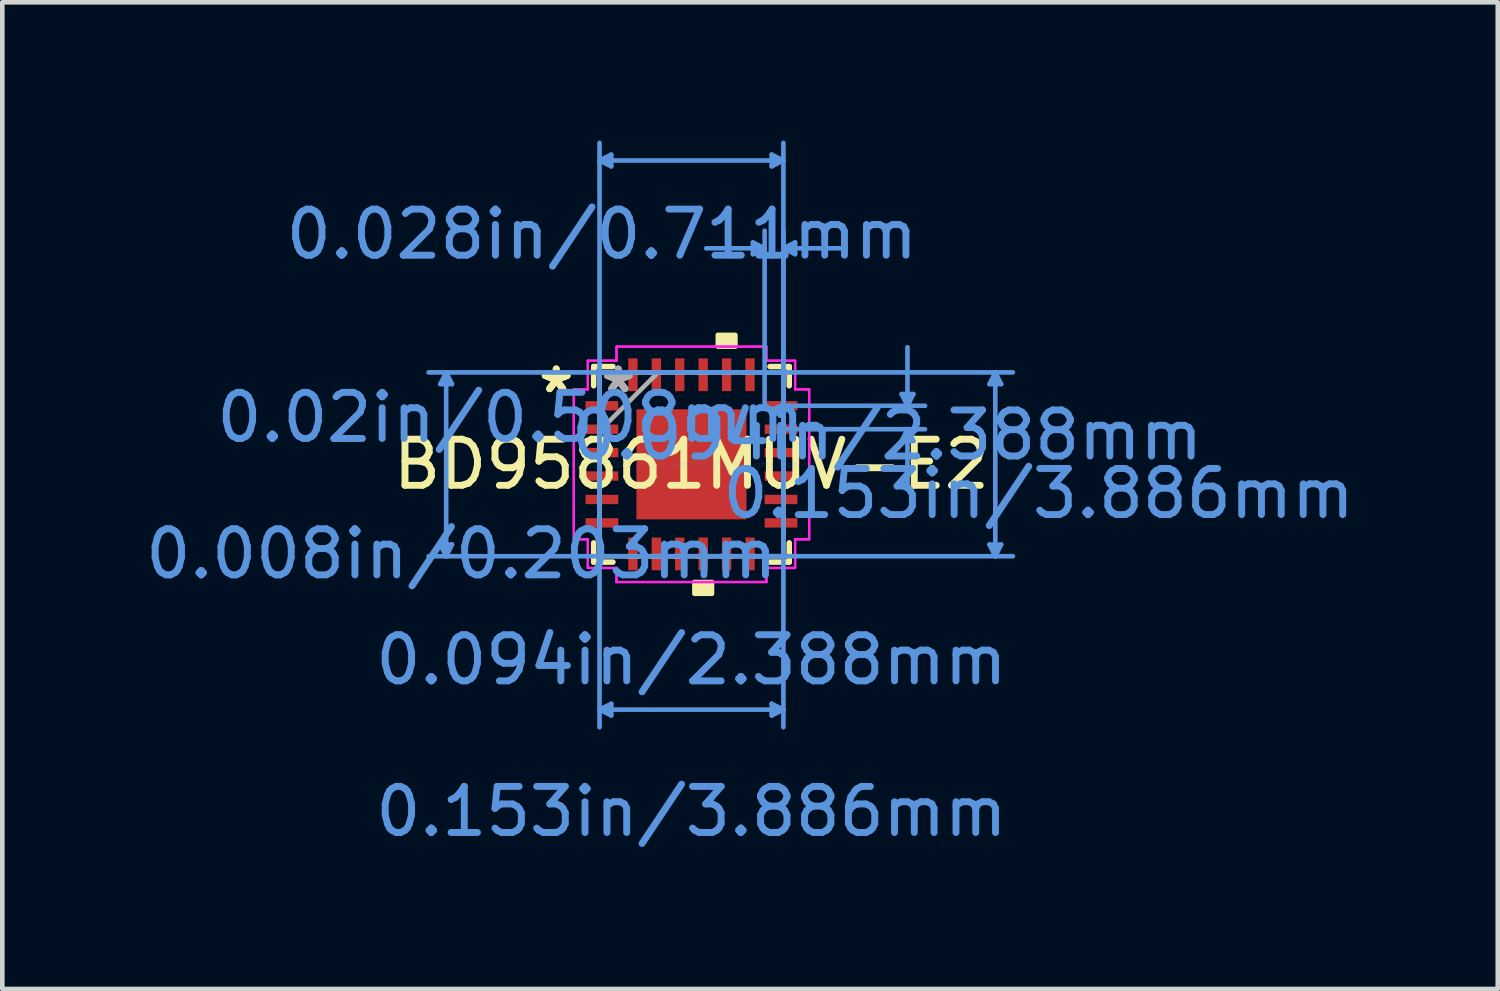
<source format=kicad_pcb>
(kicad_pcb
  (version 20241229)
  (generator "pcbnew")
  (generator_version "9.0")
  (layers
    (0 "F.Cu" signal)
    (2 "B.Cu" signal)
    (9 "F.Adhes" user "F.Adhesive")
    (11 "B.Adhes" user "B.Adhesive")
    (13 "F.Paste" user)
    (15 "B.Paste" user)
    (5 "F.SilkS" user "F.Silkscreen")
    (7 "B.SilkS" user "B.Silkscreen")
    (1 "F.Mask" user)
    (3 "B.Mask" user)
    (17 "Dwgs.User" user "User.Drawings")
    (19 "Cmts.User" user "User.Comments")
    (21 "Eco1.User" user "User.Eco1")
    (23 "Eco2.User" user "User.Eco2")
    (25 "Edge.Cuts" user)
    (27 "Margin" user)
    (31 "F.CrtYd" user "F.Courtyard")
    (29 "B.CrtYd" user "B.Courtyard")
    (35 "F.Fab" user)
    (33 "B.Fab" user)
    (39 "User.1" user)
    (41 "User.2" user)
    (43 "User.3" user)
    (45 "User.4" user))
  (footprint "BD95861MUV-E2"
    (layer "F.Cu")
    (at 11.949 7.022)
    (property "Reference" "BD95861MUV-E2" (at 0 0 0) (layer "F.SilkS") (effects (font (size 1 1) (thickness 0.15))))
    (attr through_hole)
    (fp_line (start -2.121 -2.121) (end -2.121 -1.704) (stroke (width 0.12) (type solid)) (layer "F.SilkS"))
    (fp_line (start -2.121 1.704) (end -2.121 2.121) (stroke (width 0.12) (type solid)) (layer "F.SilkS"))
    (fp_line (start -2.121 2.121) (end -1.704 2.121) (stroke (width 0.12) (type solid)) (layer "F.SilkS"))
    (fp_line (start -1.704 -2.121) (end -2.121 -2.121) (stroke (width 0.12) (type solid)) (layer "F.SilkS"))
    (fp_line (start 1.704 2.121) (end 2.121 2.121) (stroke (width 0.12) (type solid)) (layer "F.SilkS"))
    (fp_line (start 2.121 -2.121) (end 1.704 -2.121) (stroke (width 0.12) (type solid)) (layer "F.SilkS"))
    (fp_line (start 2.121 -1.704) (end 2.121 -2.121) (stroke (width 0.12) (type solid)) (layer "F.SilkS"))
    (fp_line (start 2.121 2.121) (end 2.121 1.704) (stroke (width 0.12) (type solid)) (layer "F.SilkS"))
    (fp_poly (pts (xy 0.064 2.553) (xy 0.064 2.807) (xy 0.445 2.807) (xy 0.445 2.553)) (stroke (width 0.1) (type solid)) (fill yes) (layer "F.SilkS"))
    (fp_poly (pts (xy 0.572 -2.553) (xy 0.572 -2.807) (xy 0.953 -2.807) (xy 0.953 -2.553)) (stroke (width 0.1) (type solid)) (fill yes) (layer "F.SilkS"))
    (fp_line (start -5.448 -1.74) (end -5.194 -1.74) (stroke (width 0.1) (type solid)) (layer "Cmts.User"))
    (fp_line (start -5.448 1.74) (end -5.194 1.74) (stroke (width 0.1) (type solid)) (layer "Cmts.User"))
    (fp_line (start -5.321 -1.994) (end -5.448 -1.74) (stroke (width 0.1) (type solid)) (layer "Cmts.User"))
    (fp_line (start -5.321 -1.994) (end -5.321 1.994) (stroke (width 0.1) (type solid)) (layer "Cmts.User"))
    (fp_line (start -5.321 -1.994) (end -5.194 -1.74) (stroke (width 0.1) (type solid)) (layer "Cmts.User"))
    (fp_line (start -5.321 1.994) (end -5.448 1.74) (stroke (width 0.1) (type solid)) (layer "Cmts.User"))
    (fp_line (start -5.321 1.994) (end -5.194 1.74) (stroke (width 0.1) (type solid)) (layer "Cmts.User"))
    (fp_line (start -1.994 -6.591) (end -1.74 -6.718) (stroke (width 0.1) (type solid)) (layer "Cmts.User"))
    (fp_line (start -1.994 -6.591) (end -1.74 -6.464) (stroke (width 0.1) (type solid)) (layer "Cmts.User"))
    (fp_line (start -1.994 -6.591) (end 1.994 -6.591) (stroke (width 0.1) (type solid)) (layer "Cmts.User"))
    (fp_line (start -1.994 -1.994) (end -1.994 5.702) (stroke (width 0.1) (type solid)) (layer "Cmts.User"))
    (fp_line (start -1.994 -1.27) (end -1.994 -6.972) (stroke (width 0.1) (type solid)) (layer "Cmts.User"))
    (fp_line (start -1.994 5.321) (end -1.74 5.194) (stroke (width 0.1) (type solid)) (layer "Cmts.User"))
    (fp_line (start -1.994 5.321) (end -1.74 5.448) (stroke (width 0.1) (type solid)) (layer "Cmts.User"))
    (fp_line (start -1.994 5.321) (end 1.994 5.321) (stroke (width 0.1) (type solid)) (layer "Cmts.User"))
    (fp_line (start -1.74 -6.718) (end -1.74 -6.464) (stroke (width 0.1) (type solid)) (layer "Cmts.User"))
    (fp_line (start -1.74 5.194) (end -1.74 5.448) (stroke (width 0.1) (type solid)) (layer "Cmts.User"))
    (fp_line (start 1.27 -1.994) (end 6.972 -1.994) (stroke (width 0.1) (type solid)) (layer "Cmts.User"))
    (fp_line (start 1.27 1.994) (end 6.972 1.994) (stroke (width 0.1) (type solid)) (layer "Cmts.User"))
    (fp_line (start 1.333 -4.813) (end 1.333 -4.559) (stroke (width 0.1) (type solid)) (layer "Cmts.User"))
    (fp_line (start 1.587 -4.686) (end 0.318 -4.686) (stroke (width 0.1) (type solid)) (layer "Cmts.User"))
    (fp_line (start 1.587 -4.686) (end 1.333 -4.813) (stroke (width 0.1) (type solid)) (layer "Cmts.User"))
    (fp_line (start 1.587 -4.686) (end 1.333 -4.559) (stroke (width 0.1) (type solid)) (layer "Cmts.User"))
    (fp_line (start 1.587 -1.27) (end 1.587 -5.067) (stroke (width 0.1) (type solid)) (layer "Cmts.User"))
    (fp_line (start 1.74 -6.718) (end 1.74 -6.464) (stroke (width 0.1) (type solid)) (layer "Cmts.User"))
    (fp_line (start 1.74 5.194) (end 1.74 5.448) (stroke (width 0.1) (type solid)) (layer "Cmts.User"))
    (fp_line (start 1.943 -1.27) (end 5.067 -1.27) (stroke (width 0.1) (type solid)) (layer "Cmts.User"))
    (fp_line (start 1.943 -0.762) (end 5.067 -0.762) (stroke (width 0.1) (type solid)) (layer "Cmts.User"))
    (fp_line (start 1.994 -6.591) (end 1.74 -6.718) (stroke (width 0.1) (type solid)) (layer "Cmts.User"))
    (fp_line (start 1.994 -6.591) (end 1.74 -6.464) (stroke (width 0.1) (type solid)) (layer "Cmts.User"))
    (fp_line (start 1.994 -4.686) (end 2.248 -4.813) (stroke (width 0.1) (type solid)) (layer "Cmts.User"))
    (fp_line (start 1.994 -4.686) (end 2.248 -4.559) (stroke (width 0.1) (type solid)) (layer "Cmts.User"))
    (fp_line (start 1.994 -4.686) (end 3.264 -4.686) (stroke (width 0.1) (type solid)) (layer "Cmts.User"))
    (fp_line (start 1.994 -1.994) (end -5.702 -1.994) (stroke (width 0.1) (type solid)) (layer "Cmts.User"))
    (fp_line (start 1.994 -1.994) (end 1.994 5.702) (stroke (width 0.1) (type solid)) (layer "Cmts.User"))
    (fp_line (start 1.994 -1.27) (end 1.994 -6.972) (stroke (width 0.1) (type solid)) (layer "Cmts.User"))
    (fp_line (start 1.994 -1.27) (end 1.994 -5.067) (stroke (width 0.1) (type solid)) (layer "Cmts.User"))
    (fp_line (start 1.994 1.994) (end -5.702 1.994) (stroke (width 0.1) (type solid)) (layer "Cmts.User"))
    (fp_line (start 1.994 5.321) (end 1.74 5.194) (stroke (width 0.1) (type solid)) (layer "Cmts.User"))
    (fp_line (start 1.994 5.321) (end 1.74 5.448) (stroke (width 0.1) (type solid)) (layer "Cmts.User"))
    (fp_line (start 2.248 -4.813) (end 2.248 -4.559) (stroke (width 0.1) (type solid)) (layer "Cmts.User"))
    (fp_line (start 4.559 -1.524) (end 4.813 -1.524) (stroke (width 0.1) (type solid)) (layer "Cmts.User"))
    (fp_line (start 4.559 -0.508) (end 4.813 -0.508) (stroke (width 0.1) (type solid)) (layer "Cmts.User"))
    (fp_line (start 4.686 -1.27) (end 4.559 -1.524) (stroke (width 0.1) (type solid)) (layer "Cmts.User"))
    (fp_line (start 4.686 -1.27) (end 4.686 -2.54) (stroke (width 0.1) (type solid)) (layer "Cmts.User"))
    (fp_line (start 4.686 -1.27) (end 4.813 -1.524) (stroke (width 0.1) (type solid)) (layer "Cmts.User"))
    (fp_line (start 4.686 -0.762) (end 4.559 -0.508) (stroke (width 0.1) (type solid)) (layer "Cmts.User"))
    (fp_line (start 4.686 -0.762) (end 4.686 0.508) (stroke (width 0.1) (type solid)) (layer "Cmts.User"))
    (fp_line (start 4.686 -0.762) (end 4.813 -0.508) (stroke (width 0.1) (type solid)) (layer "Cmts.User"))
    (fp_line (start 6.464 -1.74) (end 6.718 -1.74) (stroke (width 0.1) (type solid)) (layer "Cmts.User"))
    (fp_line (start 6.464 1.74) (end 6.718 1.74) (stroke (width 0.1) (type solid)) (layer "Cmts.User"))
    (fp_line (start 6.591 -1.994) (end 6.464 -1.74) (stroke (width 0.1) (type solid)) (layer "Cmts.User"))
    (fp_line (start 6.591 -1.994) (end 6.591 1.994) (stroke (width 0.1) (type solid)) (layer "Cmts.User"))
    (fp_line (start 6.591 -1.994) (end 6.718 -1.74) (stroke (width 0.1) (type solid)) (layer "Cmts.User"))
    (fp_line (start 6.591 1.994) (end 6.464 1.74) (stroke (width 0.1) (type solid)) (layer "Cmts.User"))
    (fp_line (start 6.591 1.994) (end 6.718 1.74) (stroke (width 0.1) (type solid)) (layer "Cmts.User"))
    (fp_line (start -2.553 -1.626) (end -2.248 -1.626) (stroke (width 0.05) (type solid)) (layer "F.CrtYd"))
    (fp_line (start -2.553 -1.626) (end -2.248 -1.626) (stroke (width 0.05) (type solid)) (layer "F.CrtYd"))
    (fp_line (start -2.553 1.626) (end -2.553 -1.626) (stroke (width 0.05) (type solid)) (layer "F.CrtYd"))
    (fp_line (start -2.553 1.626) (end -2.553 -1.626) (stroke (width 0.05) (type solid)) (layer "F.CrtYd"))
    (fp_line (start -2.248 -2.248) (end -1.626 -2.248) (stroke (width 0.05) (type solid)) (layer "F.CrtYd"))
    (fp_line (start -2.248 -2.248) (end -1.626 -2.248) (stroke (width 0.05) (type solid)) (layer "F.CrtYd"))
    (fp_line (start -2.248 -1.626) (end -2.248 -2.248) (stroke (width 0.05) (type solid)) (layer "F.CrtYd"))
    (fp_line (start -2.248 -1.626) (end -2.248 -2.248) (stroke (width 0.05) (type solid)) (layer "F.CrtYd"))
    (fp_line (start -2.248 1.626) (end -2.553 1.626) (stroke (width 0.05) (type solid)) (layer "F.CrtYd"))
    (fp_line (start -2.248 1.626) (end -2.553 1.626) (stroke (width 0.05) (type solid)) (layer "F.CrtYd"))
    (fp_line (start -2.248 2.248) (end -2.248 1.626) (stroke (width 0.05) (type solid)) (layer "F.CrtYd"))
    (fp_line (start -2.248 2.248) (end -2.248 1.626) (stroke (width 0.05) (type solid)) (layer "F.CrtYd"))
    (fp_line (start -1.626 -2.553) (end 1.626 -2.553) (stroke (width 0.05) (type solid)) (layer "F.CrtYd"))
    (fp_line (start -1.626 -2.553) (end 1.626 -2.553) (stroke (width 0.05) (type solid)) (layer "F.CrtYd"))
    (fp_line (start -1.626 -2.248) (end -1.626 -2.553) (stroke (width 0.05) (type solid)) (layer "F.CrtYd"))
    (fp_line (start -1.626 -2.248) (end -1.626 -2.553) (stroke (width 0.05) (type solid)) (layer "F.CrtYd"))
    (fp_line (start -1.626 2.248) (end -2.248 2.248) (stroke (width 0.05) (type solid)) (layer "F.CrtYd"))
    (fp_line (start -1.626 2.248) (end -2.248 2.248) (stroke (width 0.05) (type solid)) (layer "F.CrtYd"))
    (fp_line (start -1.626 2.553) (end -1.626 2.248) (stroke (width 0.05) (type solid)) (layer "F.CrtYd"))
    (fp_line (start -1.626 2.553) (end -1.626 2.248) (stroke (width 0.05) (type solid)) (layer "F.CrtYd"))
    (fp_line (start 1.626 -2.553) (end 1.626 -2.248) (stroke (width 0.05) (type solid)) (layer "F.CrtYd"))
    (fp_line (start 1.626 -2.553) (end 1.626 -2.248) (stroke (width 0.05) (type solid)) (layer "F.CrtYd"))
    (fp_line (start 1.626 -2.248) (end 2.248 -2.248) (stroke (width 0.05) (type solid)) (layer "F.CrtYd"))
    (fp_line (start 1.626 -2.248) (end 2.248 -2.248) (stroke (width 0.05) (type solid)) (layer "F.CrtYd"))
    (fp_line (start 1.626 2.248) (end 1.626 2.553) (stroke (width 0.05) (type solid)) (layer "F.CrtYd"))
    (fp_line (start 1.626 2.248) (end 1.626 2.553) (stroke (width 0.05) (type solid)) (layer "F.CrtYd"))
    (fp_line (start 1.626 2.553) (end -1.626 2.553) (stroke (width 0.05) (type solid)) (layer "F.CrtYd"))
    (fp_line (start 1.626 2.553) (end -1.626 2.553) (stroke (width 0.05) (type solid)) (layer "F.CrtYd"))
    (fp_line (start 2.248 -2.248) (end 2.248 -1.626) (stroke (width 0.05) (type solid)) (layer "F.CrtYd"))
    (fp_line (start 2.248 -2.248) (end 2.248 -1.626) (stroke (width 0.05) (type solid)) (layer "F.CrtYd"))
    (fp_line (start 2.248 -1.626) (end 2.553 -1.626) (stroke (width 0.05) (type solid)) (layer "F.CrtYd"))
    (fp_line (start 2.248 -1.626) (end 2.553 -1.626) (stroke (width 0.05) (type solid)) (layer "F.CrtYd"))
    (fp_line (start 2.248 1.626) (end 2.248 2.248) (stroke (width 0.05) (type solid)) (layer "F.CrtYd"))
    (fp_line (start 2.248 1.626) (end 2.248 2.248) (stroke (width 0.05) (type solid)) (layer "F.CrtYd"))
    (fp_line (start 2.248 2.248) (end 1.626 2.248) (stroke (width 0.05) (type solid)) (layer "F.CrtYd"))
    (fp_line (start 2.248 2.248) (end 1.626 2.248) (stroke (width 0.05) (type solid)) (layer "F.CrtYd"))
    (fp_line (start 2.553 -1.626) (end 2.553 1.626) (stroke (width 0.05) (type solid)) (layer "F.CrtYd"))
    (fp_line (start 2.553 -1.626) (end 2.553 1.626) (stroke (width 0.05) (type solid)) (layer "F.CrtYd"))
    (fp_line (start 2.553 1.626) (end 2.248 1.626) (stroke (width 0.05) (type solid)) (layer "F.CrtYd"))
    (fp_line (start 2.553 1.626) (end 2.248 1.626) (stroke (width 0.05) (type solid)) (layer "F.CrtYd"))
    (fp_line (start -1.994 -1.994) (end -1.994 -1.994) (stroke (width 0.1) (type solid)) (layer "F.Fab"))
    (fp_line (start -1.994 -1.994) (end -1.994 1.994) (stroke (width 0.1) (type solid)) (layer "F.Fab"))
    (fp_line (start -1.994 -1.397) (end -1.994 -1.397) (stroke (width 0.1) (type solid)) (layer "F.Fab"))
    (fp_line (start -1.994 -1.397) (end -1.994 -1.143) (stroke (width 0.1) (type solid)) (layer "F.Fab"))
    (fp_line (start -1.994 -1.143) (end -1.994 -1.397) (stroke (width 0.1) (type solid)) (layer "F.Fab"))
    (fp_line (start -1.994 -1.143) (end -1.994 -1.143) (stroke (width 0.1) (type solid)) (layer "F.Fab"))
    (fp_line (start -1.994 -0.889) (end -1.994 -0.889) (stroke (width 0.1) (type solid)) (layer "F.Fab"))
    (fp_line (start -1.994 -0.889) (end -1.994 -0.635) (stroke (width 0.1) (type solid)) (layer "F.Fab"))
    (fp_line (start -1.994 -0.724) (end -0.724 -1.994) (stroke (width 0.1) (type solid)) (layer "F.Fab"))
    (fp_line (start -1.994 -0.635) (end -1.994 -0.889) (stroke (width 0.1) (type solid)) (layer "F.Fab"))
    (fp_line (start -1.994 -0.635) (end -1.994 -0.635) (stroke (width 0.1) (type solid)) (layer "F.Fab"))
    (fp_line (start -1.994 -0.381) (end -1.994 -0.381) (stroke (width 0.1) (type solid)) (layer "F.Fab"))
    (fp_line (start -1.994 -0.381) (end -1.994 -0.127) (stroke (width 0.1) (type solid)) (layer "F.Fab"))
    (fp_line (start -1.994 -0.127) (end -1.994 -0.381) (stroke (width 0.1) (type solid)) (layer "F.Fab"))
    (fp_line (start -1.994 -0.127) (end -1.994 -0.127) (stroke (width 0.1) (type solid)) (layer "F.Fab"))
    (fp_line (start -1.994 0.127) (end -1.994 0.127) (stroke (width 0.1) (type solid)) (layer "F.Fab"))
    (fp_line (start -1.994 0.127) (end -1.994 0.381) (stroke (width 0.1) (type solid)) (layer "F.Fab"))
    (fp_line (start -1.994 0.381) (end -1.994 0.127) (stroke (width 0.1) (type solid)) (layer "F.Fab"))
    (fp_line (start -1.994 0.381) (end -1.994 0.381) (stroke (width 0.1) (type solid)) (layer "F.Fab"))
    (fp_line (start -1.994 0.635) (end -1.994 0.635) (stroke (width 0.1) (type solid)) (layer "F.Fab"))
    (fp_line (start -1.994 0.635) (end -1.994 0.889) (stroke (width 0.1) (type solid)) (layer "F.Fab"))
    (fp_line (start -1.994 0.889) (end -1.994 0.635) (stroke (width 0.1) (type solid)) (layer "F.Fab"))
    (fp_line (start -1.994 0.889) (end -1.994 0.889) (stroke (width 0.1) (type solid)) (layer "F.Fab"))
    (fp_line (start -1.994 1.143) (end -1.994 1.143) (stroke (width 0.1) (type solid)) (layer "F.Fab"))
    (fp_line (start -1.994 1.143) (end -1.994 1.397) (stroke (width 0.1) (type solid)) (layer "F.Fab"))
    (fp_line (start -1.994 1.397) (end -1.994 1.143) (stroke (width 0.1) (type solid)) (layer "F.Fab"))
    (fp_line (start -1.994 1.397) (end -1.994 1.397) (stroke (width 0.1) (type solid)) (layer "F.Fab"))
    (fp_line (start -1.994 1.994) (end -1.994 1.994) (stroke (width 0.1) (type solid)) (layer "F.Fab"))
    (fp_line (start -1.994 1.994) (end 1.994 1.994) (stroke (width 0.1) (type solid)) (layer "F.Fab"))
    (fp_line (start -1.397 -1.994) (end -1.397 -1.994) (stroke (width 0.1) (type solid)) (layer "F.Fab"))
    (fp_line (start -1.397 -1.994) (end -1.143 -1.994) (stroke (width 0.1) (type solid)) (layer "F.Fab"))
    (fp_line (start -1.397 1.994) (end -1.397 1.994) (stroke (width 0.1) (type solid)) (layer "F.Fab"))
    (fp_line (start -1.397 1.994) (end -1.143 1.994) (stroke (width 0.1) (type solid)) (layer "F.Fab"))
    (fp_line (start -1.143 -1.994) (end -1.397 -1.994) (stroke (width 0.1) (type solid)) (layer "F.Fab"))
    (fp_line (start -1.143 -1.994) (end -1.143 -1.994) (stroke (width 0.1) (type solid)) (layer "F.Fab"))
    (fp_line (start -1.143 1.994) (end -1.397 1.994) (stroke (width 0.1) (type solid)) (layer "F.Fab"))
    (fp_line (start -1.143 1.994) (end -1.143 1.994) (stroke (width 0.1) (type solid)) (layer "F.Fab"))
    (fp_line (start -0.889 -1.994) (end -0.889 -1.994) (stroke (width 0.1) (type solid)) (layer "F.Fab"))
    (fp_line (start -0.889 -1.994) (end -0.635 -1.994) (stroke (width 0.1) (type solid)) (layer "F.Fab"))
    (fp_line (start -0.889 1.994) (end -0.889 1.994) (stroke (width 0.1) (type solid)) (layer "F.Fab"))
    (fp_line (start -0.889 1.994) (end -0.635 1.994) (stroke (width 0.1) (type solid)) (layer "F.Fab"))
    (fp_line (start -0.635 -1.994) (end -0.889 -1.994) (stroke (width 0.1) (type solid)) (layer "F.Fab"))
    (fp_line (start -0.635 -1.994) (end -0.635 -1.994) (stroke (width 0.1) (type solid)) (layer "F.Fab"))
    (fp_line (start -0.635 1.994) (end -0.889 1.994) (stroke (width 0.1) (type solid)) (layer "F.Fab"))
    (fp_line (start -0.635 1.994) (end -0.635 1.994) (stroke (width 0.1) (type solid)) (layer "F.Fab"))
    (fp_line (start -0.381 -1.994) (end -0.381 -1.994) (stroke (width 0.1) (type solid)) (layer "F.Fab"))
    (fp_line (start -0.381 -1.994) (end -0.127 -1.994) (stroke (width 0.1) (type solid)) (layer "F.Fab"))
    (fp_line (start -0.381 1.994) (end -0.381 1.994) (stroke (width 0.1) (type solid)) (layer "F.Fab"))
    (fp_line (start -0.381 1.994) (end -0.127 1.994) (stroke (width 0.1) (type solid)) (layer "F.Fab"))
    (fp_line (start -0.127 -1.994) (end -0.381 -1.994) (stroke (width 0.1) (type solid)) (layer "F.Fab"))
    (fp_line (start -0.127 -1.994) (end -0.127 -1.994) (stroke (width 0.1) (type solid)) (layer "F.Fab"))
    (fp_line (start -0.127 1.994) (end -0.381 1.994) (stroke (width 0.1) (type solid)) (layer "F.Fab"))
    (fp_line (start -0.127 1.994) (end -0.127 1.994) (stroke (width 0.1) (type solid)) (layer "F.Fab"))
    (fp_line (start 0.127 -1.994) (end 0.127 -1.994) (stroke (width 0.1) (type solid)) (layer "F.Fab"))
    (fp_line (start 0.127 -1.994) (end 0.381 -1.994) (stroke (width 0.1) (type solid)) (layer "F.Fab"))
    (fp_line (start 0.127 1.994) (end 0.127 1.994) (stroke (width 0.1) (type solid)) (layer "F.Fab"))
    (fp_line (start 0.127 1.994) (end 0.381 1.994) (stroke (width 0.1) (type solid)) (layer "F.Fab"))
    (fp_line (start 0.381 -1.994) (end 0.127 -1.994) (stroke (width 0.1) (type solid)) (layer "F.Fab"))
    (fp_line (start 0.381 -1.994) (end 0.381 -1.994) (stroke (width 0.1) (type solid)) (layer "F.Fab"))
    (fp_line (start 0.381 1.994) (end 0.127 1.994) (stroke (width 0.1) (type solid)) (layer "F.Fab"))
    (fp_line (start 0.381 1.994) (end 0.381 1.994) (stroke (width 0.1) (type solid)) (layer "F.Fab"))
    (fp_line (start 0.635 -1.994) (end 0.635 -1.994) (stroke (width 0.1) (type solid)) (layer "F.Fab"))
    (fp_line (start 0.635 -1.994) (end 0.889 -1.994) (stroke (width 0.1) (type solid)) (layer "F.Fab"))
    (fp_line (start 0.635 1.994) (end 0.635 1.994) (stroke (width 0.1) (type solid)) (layer "F.Fab"))
    (fp_line (start 0.635 1.994) (end 0.889 1.994) (stroke (width 0.1) (type solid)) (layer "F.Fab"))
    (fp_line (start 0.889 -1.994) (end 0.635 -1.994) (stroke (width 0.1) (type solid)) (layer "F.Fab"))
    (fp_line (start 0.889 -1.994) (end 0.889 -1.994) (stroke (width 0.1) (type solid)) (layer "F.Fab"))
    (fp_line (start 0.889 1.994) (end 0.635 1.994) (stroke (width 0.1) (type solid)) (layer "F.Fab"))
    (fp_line (start 0.889 1.994) (end 0.889 1.994) (stroke (width 0.1) (type solid)) (layer "F.Fab"))
    (fp_line (start 1.143 -1.994) (end 1.143 -1.994) (stroke (width 0.1) (type solid)) (layer "F.Fab"))
    (fp_line (start 1.143 -1.994) (end 1.397 -1.994) (stroke (width 0.1) (type solid)) (layer "F.Fab"))
    (fp_line (start 1.143 1.994) (end 1.143 1.994) (stroke (width 0.1) (type solid)) (layer "F.Fab"))
    (fp_line (start 1.143 1.994) (end 1.397 1.994) (stroke (width 0.1) (type solid)) (layer "F.Fab"))
    (fp_line (start 1.397 -1.994) (end 1.143 -1.994) (stroke (width 0.1) (type solid)) (layer "F.Fab"))
    (fp_line (start 1.397 -1.994) (end 1.397 -1.994) (stroke (width 0.1) (type solid)) (layer "F.Fab"))
    (fp_line (start 1.397 1.994) (end 1.143 1.994) (stroke (width 0.1) (type solid)) (layer "F.Fab"))
    (fp_line (start 1.397 1.994) (end 1.397 1.994) (stroke (width 0.1) (type solid)) (layer "F.Fab"))
    (fp_line (start 1.994 -1.994) (end -1.994 -1.994) (stroke (width 0.1) (type solid)) (layer "F.Fab"))
    (fp_line (start 1.994 -1.994) (end 1.994 -1.994) (stroke (width 0.1) (type solid)) (layer "F.Fab"))
    (fp_line (start 1.994 -1.397) (end 1.994 -1.397) (stroke (width 0.1) (type solid)) (layer "F.Fab"))
    (fp_line (start 1.994 -1.397) (end 1.994 -1.143) (stroke (width 0.1) (type solid)) (layer "F.Fab"))
    (fp_line (start 1.994 -1.143) (end 1.994 -1.397) (stroke (width 0.1) (type solid)) (layer "F.Fab"))
    (fp_line (start 1.994 -1.143) (end 1.994 -1.143) (stroke (width 0.1) (type solid)) (layer "F.Fab"))
    (fp_line (start 1.994 -0.889) (end 1.994 -0.889) (stroke (width 0.1) (type solid)) (layer "F.Fab"))
    (fp_line (start 1.994 -0.889) (end 1.994 -0.635) (stroke (width 0.1) (type solid)) (layer "F.Fab"))
    (fp_line (start 1.994 -0.635) (end 1.994 -0.889) (stroke (width 0.1) (type solid)) (layer "F.Fab"))
    (fp_line (start 1.994 -0.635) (end 1.994 -0.635) (stroke (width 0.1) (type solid)) (layer "F.Fab"))
    (fp_line (start 1.994 -0.381) (end 1.994 -0.381) (stroke (width 0.1) (type solid)) (layer "F.Fab"))
    (fp_line (start 1.994 -0.381) (end 1.994 -0.127) (stroke (width 0.1) (type solid)) (layer "F.Fab"))
    (fp_line (start 1.994 -0.127) (end 1.994 -0.381) (stroke (width 0.1) (type solid)) (layer "F.Fab"))
    (fp_line (start 1.994 -0.127) (end 1.994 -0.127) (stroke (width 0.1) (type solid)) (layer "F.Fab"))
    (fp_line (start 1.994 0.127) (end 1.994 0.127) (stroke (width 0.1) (type solid)) (layer "F.Fab"))
    (fp_line (start 1.994 0.127) (end 1.994 0.381) (stroke (width 0.1) (type solid)) (layer "F.Fab"))
    (fp_line (start 1.994 0.381) (end 1.994 0.127) (stroke (width 0.1) (type solid)) (layer "F.Fab"))
    (fp_line (start 1.994 0.381) (end 1.994 0.381) (stroke (width 0.1) (type solid)) (layer "F.Fab"))
    (fp_line (start 1.994 0.635) (end 1.994 0.635) (stroke (width 0.1) (type solid)) (layer "F.Fab"))
    (fp_line (start 1.994 0.635) (end 1.994 0.889) (stroke (width 0.1) (type solid)) (layer "F.Fab"))
    (fp_line (start 1.994 0.889) (end 1.994 0.635) (stroke (width 0.1) (type solid)) (layer "F.Fab"))
    (fp_line (start 1.994 0.889) (end 1.994 0.889) (stroke (width 0.1) (type solid)) (layer "F.Fab"))
    (fp_line (start 1.994 1.143) (end 1.994 1.143) (stroke (width 0.1) (type solid)) (layer "F.Fab"))
    (fp_line (start 1.994 1.143) (end 1.994 1.397) (stroke (width 0.1) (type solid)) (layer "F.Fab"))
    (fp_line (start 1.994 1.397) (end 1.994 1.143) (stroke (width 0.1) (type solid)) (layer "F.Fab"))
    (fp_line (start 1.994 1.397) (end 1.994 1.397) (stroke (width 0.1) (type solid)) (layer "F.Fab"))
    (fp_line (start 1.994 1.994) (end 1.994 -1.994) (stroke (width 0.1) (type solid)) (layer "F.Fab"))
    (fp_line (start 1.994 1.994) (end 1.994 1.994) (stroke (width 0.1) (type solid)) (layer "F.Fab"))
    (fp_text user "*" (at -2.934 -1.524 0) (layer "F.SilkS") (effects (font (size 1 1) (thickness 0.15))))
    (fp_text user "*" (at -2.934 -1.524 0) (layer "F.SilkS") (effects (font (size 1 1) (thickness 0.15))))
    (fp_text user "Copyright 2021 Accelerated Designs. All rights reserved." (at 0 0 0) (layer "Cmts.User") (effects (font (size 0.127 0.127) (thickness 0.002))))
    (fp_text user "0.153in/3.886mm" (at 7.531 0.635 0) (layer "Cmts.User") (effects (font (size 1 1) (thickness 0.15))))
    (fp_text user "0.008in/0.203mm" (at -4.991 1.943 0) (layer "Cmts.User") (effects (font (size 1 1) (thickness 0.15))))
    (fp_text user "0.02in/0.508mm" (at -3.924 -1.016 0) (layer "Cmts.User") (effects (font (size 1 1) (thickness 0.15))))
    (fp_text user "0.094in/2.388mm" (at 4.242 -0.635 0) (layer "Cmts.User") (effects (font (size 1 1) (thickness 0.15))))
    (fp_text user "0.028in/0.711mm" (at -1.943 -4.991 0) (layer "Cmts.User") (effects (font (size 1 1) (thickness 0.15))))
    (fp_text user "0.094in/2.388mm" (at 0 4.242 0) (layer "Cmts.User") (effects (font (size 1 1) (thickness 0.15))))
    (fp_text user "0.153in/3.886mm" (at 0 7.531 0) (layer "Cmts.User") (effects (font (size 1 1) (thickness 0.15))))
    (fp_text user "*" (at -1.587 -1.524 0) (layer "F.Fab") (effects (font (size 1 1) (thickness 0.15))))
    (fp_text user "*" (at -1.587 -1.524 0) (layer "F.Fab") (effects (font (size 1 1) (thickness 0.15))))
    (pad "1" smd rect (at -1.943 -1.27 90) (size 0.203 0.711) (layers "F.Cu" "F.Mask" "F.Paste"))
    (pad "2" smd rect (at -1.943 -0.762 90) (size 0.203 0.711) (layers "F.Cu" "F.Mask" "F.Paste"))
    (pad "3" smd rect (at -1.943 -0.254 90) (size 0.203 0.711) (layers "F.Cu" "F.Mask" "F.Paste"))
    (pad "4" smd rect (at -1.943 0.254 90) (size 0.203 0.711) (layers "F.Cu" "F.Mask" "F.Paste"))
    (pad "5" smd rect (at -1.943 0.762 90) (size 0.203 0.711) (layers "F.Cu" "F.Mask" "F.Paste"))
    (pad "6" smd rect (at -1.943 1.27 90) (size 0.203 0.711) (layers "F.Cu" "F.Mask" "F.Paste"))
    (pad "7" smd rect (at -1.27 1.943) (size 0.203 0.711) (layers "F.Cu" "F.Mask" "F.Paste"))
    (pad "8" smd rect (at -0.762 1.943) (size 0.203 0.711) (layers "F.Cu" "F.Mask" "F.Paste"))
    (pad "9" smd rect (at -0.254 1.943) (size 0.203 0.711) (layers "F.Cu" "F.Mask" "F.Paste"))
    (pad "10" smd rect (at 0.254 1.943) (size 0.203 0.711) (layers "F.Cu" "F.Mask" "F.Paste"))
    (pad "11" smd rect (at 0.762 1.943) (size 0.203 0.711) (layers "F.Cu" "F.Mask" "F.Paste"))
    (pad "12" smd rect (at 1.27 1.943) (size 0.203 0.711) (layers "F.Cu" "F.Mask" "F.Paste"))
    (pad "13" smd rect (at 1.943 1.27 90) (size 0.203 0.711) (layers "F.Cu" "F.Mask" "F.Paste"))
    (pad "14" smd rect (at 1.943 0.762 90) (size 0.203 0.711) (layers "F.Cu" "F.Mask" "F.Paste"))
    (pad "15" smd rect (at 1.943 0.254 90) (size 0.203 0.711) (layers "F.Cu" "F.Mask" "F.Paste"))
    (pad "16" smd rect (at 1.943 -0.254 90) (size 0.203 0.711) (layers "F.Cu" "F.Mask" "F.Paste"))
    (pad "17" smd rect (at 1.943 -0.762 90) (size 0.203 0.711) (layers "F.Cu" "F.Mask" "F.Paste"))
    (pad "18" smd rect (at 1.943 -1.27 90) (size 0.203 0.711) (layers "F.Cu" "F.Mask" "F.Paste"))
    (pad "19" smd rect (at 1.27 -1.943) (size 0.203 0.711) (layers "F.Cu" "F.Mask" "F.Paste"))
    (pad "20" smd rect (at 0.762 -1.943) (size 0.203 0.711) (layers "F.Cu" "F.Mask" "F.Paste"))
    (pad "21" smd rect (at 0.254 -1.943) (size 0.203 0.711) (layers "F.Cu" "F.Mask" "F.Paste"))
    (pad "22" smd rect (at -0.254 -1.943) (size 0.203 0.711) (layers "F.Cu" "F.Mask" "F.Paste"))
    (pad "23" smd rect (at -0.762 -1.943) (size 0.203 0.711) (layers "F.Cu" "F.Mask" "F.Paste"))
    (pad "24" smd rect (at -1.27 -1.943) (size 0.203 0.711) (layers "F.Cu" "F.Mask" "F.Paste"))
    (pad "25" smd rect (at 0 0) (size 2.388 2.388) (layers "F.Cu" "F.Mask" "F.Paste")))
  (gr_rect
    (start -3 -3)
    (end 29.439 18.402)
    (stroke (width 0.1) (type default))
    (fill no)
    (layer "Edge.Cuts")))
</source>
